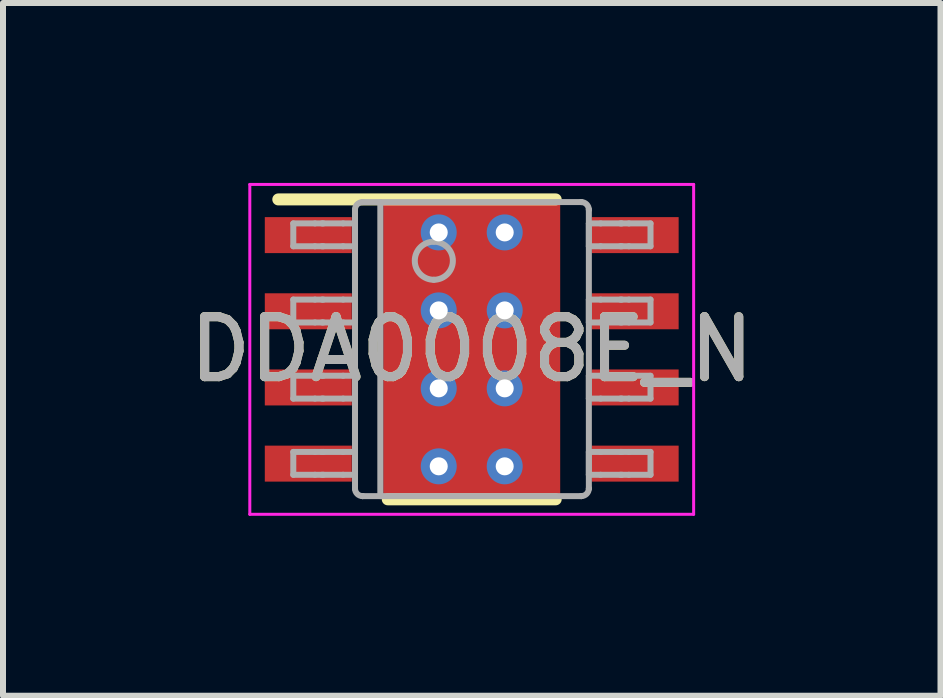
<source format=kicad_pcb>
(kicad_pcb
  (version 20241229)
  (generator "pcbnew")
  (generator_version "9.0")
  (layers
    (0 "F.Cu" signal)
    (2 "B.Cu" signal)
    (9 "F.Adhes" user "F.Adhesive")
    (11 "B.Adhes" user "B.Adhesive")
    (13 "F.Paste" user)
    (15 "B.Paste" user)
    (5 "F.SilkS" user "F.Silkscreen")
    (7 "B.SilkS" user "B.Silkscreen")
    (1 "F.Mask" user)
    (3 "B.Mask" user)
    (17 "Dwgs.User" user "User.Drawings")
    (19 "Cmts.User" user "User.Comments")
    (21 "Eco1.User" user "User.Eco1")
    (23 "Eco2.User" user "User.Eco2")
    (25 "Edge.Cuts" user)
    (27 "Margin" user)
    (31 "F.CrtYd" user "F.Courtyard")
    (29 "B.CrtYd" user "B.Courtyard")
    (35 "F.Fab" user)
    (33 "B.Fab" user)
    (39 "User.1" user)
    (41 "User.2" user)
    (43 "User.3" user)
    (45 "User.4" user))
  (footprint "DDA0008E_N"
    (layer "F.Cu")
    (at 4.815 2.775)
    (property "Reference" "DDA0008E_N" (at 0 0 0) (unlocked yes) (layer "F.SilkS") (effects (font (size 1 1) (thickness 0.15))))
    (attr smd)
    (fp_poly (pts (xy -1.2 1.502) (xy -1.2 -1.502) (xy -1.199 -1.511) (xy -1.196 -1.52) (xy -1.192 -1.529) (xy -1.186 -1.536) (xy -1.179 -1.542) (xy -1.17 -1.546) (xy -1.161 -1.549) (xy -1.152 -1.55) (xy 1.152 -1.55) (xy 1.161 -1.549) (xy 1.17 -1.546) (xy 1.179 -1.542) (xy 1.186 -1.536) (xy 1.192 -1.529) (xy 1.196 -1.52) (xy 1.199 -1.511) (xy 1.2 -1.502) (xy 1.2 1.502) (xy 1.199 1.511) (xy 1.196 1.52) (xy 1.192 1.529) (xy 1.186 1.536) (xy 1.179 1.542) (xy 1.17 1.546) (xy 1.161 1.549) (xy 1.152 1.55) (xy -1.152 1.55) (xy -1.161 1.549) (xy -1.17 1.546) (xy -1.179 1.542) (xy -1.186 1.536) (xy -1.192 1.529) (xy -1.196 1.52) (xy -1.199 1.511)) (stroke (width 0) (type solid)) (fill yes) (layer "F.Mask"))
    (fp_line (start -3.225 -2.5) (end 1.4 -2.5) (stroke (width 0.2) (type solid)) (layer "F.SilkS"))
    (fp_line (start -1.4 2.5) (end 1.4 2.5) (stroke (width 0.2) (type solid)) (layer "F.SilkS"))
    (fp_poly (pts (xy -1.2 1.502) (xy -1.2 -1.502) (xy -1.199 -1.511) (xy -1.196 -1.52) (xy -1.192 -1.529) (xy -1.186 -1.536) (xy -1.179 -1.542) (xy -1.17 -1.546) (xy -1.161 -1.549) (xy -1.152 -1.55) (xy 1.152 -1.55) (xy 1.161 -1.549) (xy 1.17 -1.546) (xy 1.179 -1.542) (xy 1.186 -1.536) (xy 1.192 -1.529) (xy 1.196 -1.52) (xy 1.199 -1.511) (xy 1.2 -1.502) (xy 1.2 1.502) (xy 1.199 1.511) (xy 1.196 1.52) (xy 1.192 1.529) (xy 1.186 1.536) (xy 1.179 1.542) (xy 1.17 1.546) (xy 1.161 1.549) (xy 1.152 1.55) (xy -1.152 1.55) (xy -1.161 1.549) (xy -1.17 1.546) (xy -1.179 1.542) (xy -1.186 1.536) (xy -1.192 1.529) (xy -1.196 1.52) (xy -1.199 1.511)) (stroke (width 0) (type solid)) (fill yes) (layer "F.Paste"))
    (fp_line (start -3.7 -2.75) (end 3.7 -2.75) (stroke (width 0.05) (type solid)) (layer "F.CrtYd"))
    (fp_line (start -3.7 2.75) (end -3.7 -2.75) (stroke (width 0.05) (type solid)) (layer "F.CrtYd"))
    (fp_line (start -3.7 2.75) (end 3.7 2.75) (stroke (width 0.05) (type solid)) (layer "F.CrtYd"))
    (fp_line (start 3.7 2.75) (end 3.7 -2.75) (stroke (width 0.05) (type solid)) (layer "F.CrtYd"))
    (fp_line (start -2.975 -2.1) (end -2.614 -2.1) (stroke (width 0.1) (type solid)) (layer "F.Fab"))
    (fp_line (start -2.975 -1.719) (end -2.975 -2.1) (stroke (width 0.1) (type solid)) (layer "F.Fab"))
    (fp_line (start -2.975 -1.719) (end -2.614 -1.719) (stroke (width 0.1) (type solid)) (layer "F.Fab"))
    (fp_line (start -2.975 -0.83) (end -2.614 -0.83) (stroke (width 0.1) (type solid)) (layer "F.Fab"))
    (fp_line (start -2.975 -0.449) (end -2.975 -0.83) (stroke (width 0.1) (type solid)) (layer "F.Fab"))
    (fp_line (start -2.975 -0.449) (end -2.614 -0.449) (stroke (width 0.1) (type solid)) (layer "F.Fab"))
    (fp_line (start -2.975 0.44) (end -2.614 0.44) (stroke (width 0.1) (type solid)) (layer "F.Fab"))
    (fp_line (start -2.975 0.821) (end -2.975 0.44) (stroke (width 0.1) (type solid)) (layer "F.Fab"))
    (fp_line (start -2.975 0.821) (end -2.614 0.821) (stroke (width 0.1) (type solid)) (layer "F.Fab"))
    (fp_line (start -2.975 1.71) (end -2.614 1.71) (stroke (width 0.1) (type solid)) (layer "F.Fab"))
    (fp_line (start -2.975 2.091) (end -2.975 1.71) (stroke (width 0.1) (type solid)) (layer "F.Fab"))
    (fp_line (start -2.975 2.091) (end -2.614 2.091) (stroke (width 0.1) (type solid)) (layer "F.Fab"))
    (fp_line (start -2.614 -2.1) (end -2.497 -2.1) (stroke (width 0.1) (type solid)) (layer "F.Fab"))
    (fp_line (start -2.614 -1.719) (end -2.497 -1.719) (stroke (width 0.1) (type solid)) (layer "F.Fab"))
    (fp_line (start -2.614 -0.83) (end -2.497 -0.83) (stroke (width 0.1) (type solid)) (layer "F.Fab"))
    (fp_line (start -2.614 -0.449) (end -2.497 -0.449) (stroke (width 0.1) (type solid)) (layer "F.Fab"))
    (fp_line (start -2.614 0.44) (end -2.497 0.44) (stroke (width 0.1) (type solid)) (layer "F.Fab"))
    (fp_line (start -2.614 0.821) (end -2.497 0.821) (stroke (width 0.1) (type solid)) (layer "F.Fab"))
    (fp_line (start -2.614 1.71) (end -2.497 1.71) (stroke (width 0.1) (type solid)) (layer "F.Fab"))
    (fp_line (start -2.614 2.091) (end -2.497 2.091) (stroke (width 0.1) (type solid)) (layer "F.Fab"))
    (fp_line (start -2.497 -2.1) (end -2.473 -2.1) (stroke (width 0.1) (type solid)) (layer "F.Fab"))
    (fp_line (start -2.497 -1.719) (end -2.473 -1.719) (stroke (width 0.1) (type solid)) (layer "F.Fab"))
    (fp_line (start -2.497 -0.83) (end -2.473 -0.83) (stroke (width 0.1) (type solid)) (layer "F.Fab"))
    (fp_line (start -2.497 -0.449) (end -2.473 -0.449) (stroke (width 0.1) (type solid)) (layer "F.Fab"))
    (fp_line (start -2.497 0.44) (end -2.473 0.44) (stroke (width 0.1) (type solid)) (layer "F.Fab"))
    (fp_line (start -2.497 0.821) (end -2.473 0.821) (stroke (width 0.1) (type solid)) (layer "F.Fab"))
    (fp_line (start -2.497 1.71) (end -2.473 1.71) (stroke (width 0.1) (type solid)) (layer "F.Fab"))
    (fp_line (start -2.497 2.091) (end -2.473 2.091) (stroke (width 0.1) (type solid)) (layer "F.Fab"))
    (fp_line (start -2.473 -2.1) (end -2.144 -2.1) (stroke (width 0.1) (type solid)) (layer "F.Fab"))
    (fp_line (start -2.473 -1.719) (end -2.144 -1.719) (stroke (width 0.1) (type solid)) (layer "F.Fab"))
    (fp_line (start -2.473 -0.83) (end -2.144 -0.83) (stroke (width 0.1) (type solid)) (layer "F.Fab"))
    (fp_line (start -2.473 -0.449) (end -2.144 -0.449) (stroke (width 0.1) (type solid)) (layer "F.Fab"))
    (fp_line (start -2.473 0.44) (end -2.144 0.44) (stroke (width 0.1) (type solid)) (layer "F.Fab"))
    (fp_line (start -2.473 0.821) (end -2.144 0.821) (stroke (width 0.1) (type solid)) (layer "F.Fab"))
    (fp_line (start -2.473 1.71) (end -2.144 1.71) (stroke (width 0.1) (type solid)) (layer "F.Fab"))
    (fp_line (start -2.473 2.091) (end -2.144 2.091) (stroke (width 0.1) (type solid)) (layer "F.Fab"))
    (fp_line (start -2.144 -2.1) (end -1.946 -2.1) (stroke (width 0.1) (type solid)) (layer "F.Fab"))
    (fp_line (start -2.144 -1.719) (end -1.946 -1.719) (stroke (width 0.1) (type solid)) (layer "F.Fab"))
    (fp_line (start -2.144 -0.83) (end -1.946 -0.83) (stroke (width 0.1) (type solid)) (layer "F.Fab"))
    (fp_line (start -2.144 -0.449) (end -1.946 -0.449) (stroke (width 0.1) (type solid)) (layer "F.Fab"))
    (fp_line (start -2.144 0.44) (end -1.946 0.44) (stroke (width 0.1) (type solid)) (layer "F.Fab"))
    (fp_line (start -2.144 0.821) (end -1.946 0.821) (stroke (width 0.1) (type solid)) (layer "F.Fab"))
    (fp_line (start -2.144 1.71) (end -1.946 1.71) (stroke (width 0.1) (type solid)) (layer "F.Fab"))
    (fp_line (start -2.144 2.091) (end -1.946 2.091) (stroke (width 0.1) (type solid)) (layer "F.Fab"))
    (fp_line (start -1.946 -2.329) (end -1.946 -2.33) (stroke (width 0.1) (type solid)) (layer "F.Fab"))
    (fp_line (start -1.946 -1.719) (end -1.946 -2.1) (stroke (width 0.1) (type solid)) (layer "F.Fab"))
    (fp_line (start -1.946 -0.449) (end -1.946 -0.83) (stroke (width 0.1) (type solid)) (layer "F.Fab"))
    (fp_line (start -1.946 0.821) (end -1.946 0.44) (stroke (width 0.1) (type solid)) (layer "F.Fab"))
    (fp_line (start -1.946 2.091) (end -1.946 1.71) (stroke (width 0.1) (type solid)) (layer "F.Fab"))
    (fp_line (start -1.946 2.32) (end -1.946 -2.329) (stroke (width 0.1) (type solid)) (layer "F.Fab"))
    (fp_line (start -1.946 2.32) (end -1.946 2.321) (stroke (width 0.1) (type solid)) (layer "F.Fab"))
    (fp_line (start -1.82 -2.456) (end -1.819 -2.456) (stroke (width 0.1) (type solid)) (layer "F.Fab"))
    (fp_line (start -1.82 2.447) (end -1.819 2.447) (stroke (width 0.1) (type solid)) (layer "F.Fab"))
    (fp_line (start -1.819 -2.456) (end 1.826 -2.456) (stroke (width 0.1) (type solid)) (layer "F.Fab"))
    (fp_line (start -1.819 2.447) (end 1.826 2.447) (stroke (width 0.1) (type solid)) (layer "F.Fab"))
    (fp_line (start -1.524 2.447) (end -1.524 -2.456) (stroke (width 0.1) (type solid)) (layer "F.Fab"))
    (fp_line (start 1.826 -2.456) (end 1.827 -2.456) (stroke (width 0.1) (type solid)) (layer "F.Fab"))
    (fp_line (start 1.826 2.447) (end 1.827 2.447) (stroke (width 0.1) (type solid)) (layer "F.Fab"))
    (fp_line (start 1.953 -2.329) (end 1.953 -2.33) (stroke (width 0.1) (type solid)) (layer "F.Fab"))
    (fp_line (start 1.953 -2.1) (end 2.15 -2.1) (stroke (width 0.1) (type solid)) (layer "F.Fab"))
    (fp_line (start 1.953 -1.719) (end 1.953 -2.1) (stroke (width 0.1) (type solid)) (layer "F.Fab"))
    (fp_line (start 1.953 -1.719) (end 2.15 -1.719) (stroke (width 0.1) (type solid)) (layer "F.Fab"))
    (fp_line (start 1.953 -0.83) (end 2.15 -0.83) (stroke (width 0.1) (type solid)) (layer "F.Fab"))
    (fp_line (start 1.953 -0.449) (end 1.953 -0.83) (stroke (width 0.1) (type solid)) (layer "F.Fab"))
    (fp_line (start 1.953 -0.449) (end 2.15 -0.449) (stroke (width 0.1) (type solid)) (layer "F.Fab"))
    (fp_line (start 1.953 0.44) (end 2.15 0.44) (stroke (width 0.1) (type solid)) (layer "F.Fab"))
    (fp_line (start 1.953 0.821) (end 1.953 0.44) (stroke (width 0.1) (type solid)) (layer "F.Fab"))
    (fp_line (start 1.953 0.821) (end 2.15 0.821) (stroke (width 0.1) (type solid)) (layer "F.Fab"))
    (fp_line (start 1.953 1.71) (end 2.15 1.71) (stroke (width 0.1) (type solid)) (layer "F.Fab"))
    (fp_line (start 1.953 2.091) (end 1.953 1.71) (stroke (width 0.1) (type solid)) (layer "F.Fab"))
    (fp_line (start 1.953 2.091) (end 2.15 2.091) (stroke (width 0.1) (type solid)) (layer "F.Fab"))
    (fp_line (start 1.953 2.32) (end 1.953 -2.329) (stroke (width 0.1) (type solid)) (layer "F.Fab"))
    (fp_line (start 1.953 2.321) (end 1.953 2.32) (stroke (width 0.1) (type solid)) (layer "F.Fab"))
    (fp_line (start 2.15 -2.1) (end 2.479 -2.1) (stroke (width 0.1) (type solid)) (layer "F.Fab"))
    (fp_line (start 2.15 -1.719) (end 2.479 -1.719) (stroke (width 0.1) (type solid)) (layer "F.Fab"))
    (fp_line (start 2.15 -0.83) (end 2.479 -0.83) (stroke (width 0.1) (type solid)) (layer "F.Fab"))
    (fp_line (start 2.15 -0.449) (end 2.479 -0.449) (stroke (width 0.1) (type solid)) (layer "F.Fab"))
    (fp_line (start 2.15 0.44) (end 2.479 0.44) (stroke (width 0.1) (type solid)) (layer "F.Fab"))
    (fp_line (start 2.15 0.821) (end 2.479 0.821) (stroke (width 0.1) (type solid)) (layer "F.Fab"))
    (fp_line (start 2.15 1.71) (end 2.479 1.71) (stroke (width 0.1) (type solid)) (layer "F.Fab"))
    (fp_line (start 2.15 2.091) (end 2.479 2.091) (stroke (width 0.1) (type solid)) (layer "F.Fab"))
    (fp_line (start 2.479 -2.1) (end 2.503 -2.1) (stroke (width 0.1) (type solid)) (layer "F.Fab"))
    (fp_line (start 2.479 -1.719) (end 2.503 -1.719) (stroke (width 0.1) (type solid)) (layer "F.Fab"))
    (fp_line (start 2.479 -0.83) (end 2.503 -0.83) (stroke (width 0.1) (type solid)) (layer "F.Fab"))
    (fp_line (start 2.479 -0.449) (end 2.503 -0.449) (stroke (width 0.1) (type solid)) (layer "F.Fab"))
    (fp_line (start 2.479 0.44) (end 2.503 0.44) (stroke (width 0.1) (type solid)) (layer "F.Fab"))
    (fp_line (start 2.479 0.821) (end 2.503 0.821) (stroke (width 0.1) (type solid)) (layer "F.Fab"))
    (fp_line (start 2.479 1.71) (end 2.503 1.71) (stroke (width 0.1) (type solid)) (layer "F.Fab"))
    (fp_line (start 2.479 2.091) (end 2.503 2.091) (stroke (width 0.1) (type solid)) (layer "F.Fab"))
    (fp_line (start 2.503 -2.1) (end 2.621 -2.1) (stroke (width 0.1) (type solid)) (layer "F.Fab"))
    (fp_line (start 2.503 -1.719) (end 2.621 -1.719) (stroke (width 0.1) (type solid)) (layer "F.Fab"))
    (fp_line (start 2.503 -0.83) (end 2.621 -0.83) (stroke (width 0.1) (type solid)) (layer "F.Fab"))
    (fp_line (start 2.503 -0.449) (end 2.621 -0.449) (stroke (width 0.1) (type solid)) (layer "F.Fab"))
    (fp_line (start 2.503 0.44) (end 2.621 0.44) (stroke (width 0.1) (type solid)) (layer "F.Fab"))
    (fp_line (start 2.503 0.821) (end 2.621 0.821) (stroke (width 0.1) (type solid)) (layer "F.Fab"))
    (fp_line (start 2.503 1.71) (end 2.621 1.71) (stroke (width 0.1) (type solid)) (layer "F.Fab"))
    (fp_line (start 2.503 2.091) (end 2.621 2.091) (stroke (width 0.1) (type solid)) (layer "F.Fab"))
    (fp_line (start 2.621 -2.1) (end 2.981 -2.1) (stroke (width 0.1) (type solid)) (layer "F.Fab"))
    (fp_line (start 2.621 -1.719) (end 2.981 -1.719) (stroke (width 0.1) (type solid)) (layer "F.Fab"))
    (fp_line (start 2.621 -0.83) (end 2.981 -0.83) (stroke (width 0.1) (type solid)) (layer "F.Fab"))
    (fp_line (start 2.621 -0.449) (end 2.981 -0.449) (stroke (width 0.1) (type solid)) (layer "F.Fab"))
    (fp_line (start 2.621 0.44) (end 2.981 0.44) (stroke (width 0.1) (type solid)) (layer "F.Fab"))
    (fp_line (start 2.621 0.821) (end 2.981 0.821) (stroke (width 0.1) (type solid)) (layer "F.Fab"))
    (fp_line (start 2.621 1.71) (end 2.981 1.71) (stroke (width 0.1) (type solid)) (layer "F.Fab"))
    (fp_line (start 2.621 2.091) (end 2.981 2.091) (stroke (width 0.1) (type solid)) (layer "F.Fab"))
    (fp_line (start 2.981 -1.719) (end 2.981 -2.1) (stroke (width 0.1) (type solid)) (layer "F.Fab"))
    (fp_line (start 2.981 -0.449) (end 2.981 -0.83) (stroke (width 0.1) (type solid)) (layer "F.Fab"))
    (fp_line (start 2.981 0.821) (end 2.981 0.44) (stroke (width 0.1) (type solid)) (layer "F.Fab"))
    (fp_line (start 2.981 2.091) (end 2.981 1.71) (stroke (width 0.1) (type solid)) (layer "F.Fab"))
    (fp_arc (start -1.946277 -2.329541) (mid -1.909093 -2.418401) (end -1.820241 -2.455602) (stroke (width 0.1) (type solid)) (layer "F.Fab"))
    (fp_arc (start -1.820241 2.446601) (mid -1.909093 2.409399) (end -1.946277 2.32054) (stroke (width 0.1) (type solid)) (layer "F.Fab"))
    (fp_arc (start -0.63185 -1.795201) (mid -0.31435 -1.477701) (end -0.63185 -1.160201) (stroke (width 0.1) (type solid)) (layer "F.Fab"))
    (fp_arc (start -0.63185 -1.160201) (mid -0.94935 -1.477701) (end -0.63185 -1.795201) (stroke (width 0.1) (type solid)) (layer "F.Fab"))
    (fp_arc (start 1.826566 -2.455602) (mid 1.915418 -2.418401) (end 1.952601 -2.329541) (stroke (width 0.1) (type solid)) (layer "F.Fab"))
    (fp_arc (start 1.952601 2.32054) (mid 1.915418 2.409399) (end 1.826566 2.446601) (stroke (width 0.1) (type solid)) (layer "F.Fab"))
    (fp_text user "${REFERENCE}" (at 0 0 0) (unlocked yes) (layer "F.Fab") (effects (font (size 1 1) (thickness 0.15))))
    (pad "1" smd rect (at -2.725 -1.905 90) (size 0.6 1.45) (layers "F.Cu" "F.Mask" "F.Paste"))
    (pad "2" smd rect (at -2.725 -0.635 90) (size 0.6 1.45) (layers "F.Cu" "F.Mask" "F.Paste"))
    (pad "3" smd rect (at -2.725 0.635 90) (size 0.6 1.45) (layers "F.Cu" "F.Mask" "F.Paste"))
    (pad "4" smd rect (at -2.725 1.905 90) (size 0.6 1.45) (layers "F.Cu" "F.Mask" "F.Paste"))
    (pad "5" smd rect (at 2.725 1.905 90) (size 0.6 1.45) (layers "F.Cu" "F.Mask" "F.Paste"))
    (pad "6" smd rect (at 2.725 0.635 90) (size 0.6 1.45) (layers "F.Cu" "F.Mask" "F.Paste"))
    (pad "7" smd rect (at 2.725 -0.635 90) (size 0.6 1.45) (layers "F.Cu" "F.Mask" "F.Paste"))
    (pad "8" smd rect (at 2.725 -1.905 90) (size 0.6 1.45) (layers "F.Cu" "F.Mask" "F.Paste"))
    (pad "9" thru_hole circle (at -0.55 -1.95) (size 0.6 0.6) (drill 0.3) (property pad_prop_heatsink) (layers "*.Cu"))
    (pad "9" thru_hole circle (at -0.55 -0.65) (size 0.6 0.6) (drill 0.3) (layers "*.Cu" "*.Mask"))
    (pad "9" thru_hole circle (at -0.55 0.65) (size 0.6 0.6) (drill 0.3) (layers "*.Cu" "*.Mask"))
    (pad "9" thru_hole circle (at -0.55 1.95) (size 0.6 0.6) (drill 0.3) (layers "*.Cu"))
    (pad "9" smd rect (at 0 0) (size 2.95 4.9) (layers "F.Cu"))
    (pad "9" thru_hole circle (at 0.55 -1.95) (size 0.6 0.6) (drill 0.3) (property pad_prop_heatsink) (layers "*.Cu"))
    (pad "9" thru_hole circle (at 0.55 -0.65) (size 0.6 0.6) (drill 0.3) (layers "*.Cu" "*.Mask"))
    (pad "9" thru_hole circle (at 0.55 0.65) (size 0.6 0.6) (drill 0.3) (layers "*.Cu" "*.Mask"))
    (pad "9" thru_hole circle (at 0.55 1.95) (size 0.6 0.6) (drill 0.3) (layers "*.Cu" "*.Mask")))
  (gr_rect
    (start -3 -3)
    (end 12.631 8.55)
    (stroke (width 0.1) (type default))
    (fill no)
    (layer "Edge.Cuts")))
</source>
